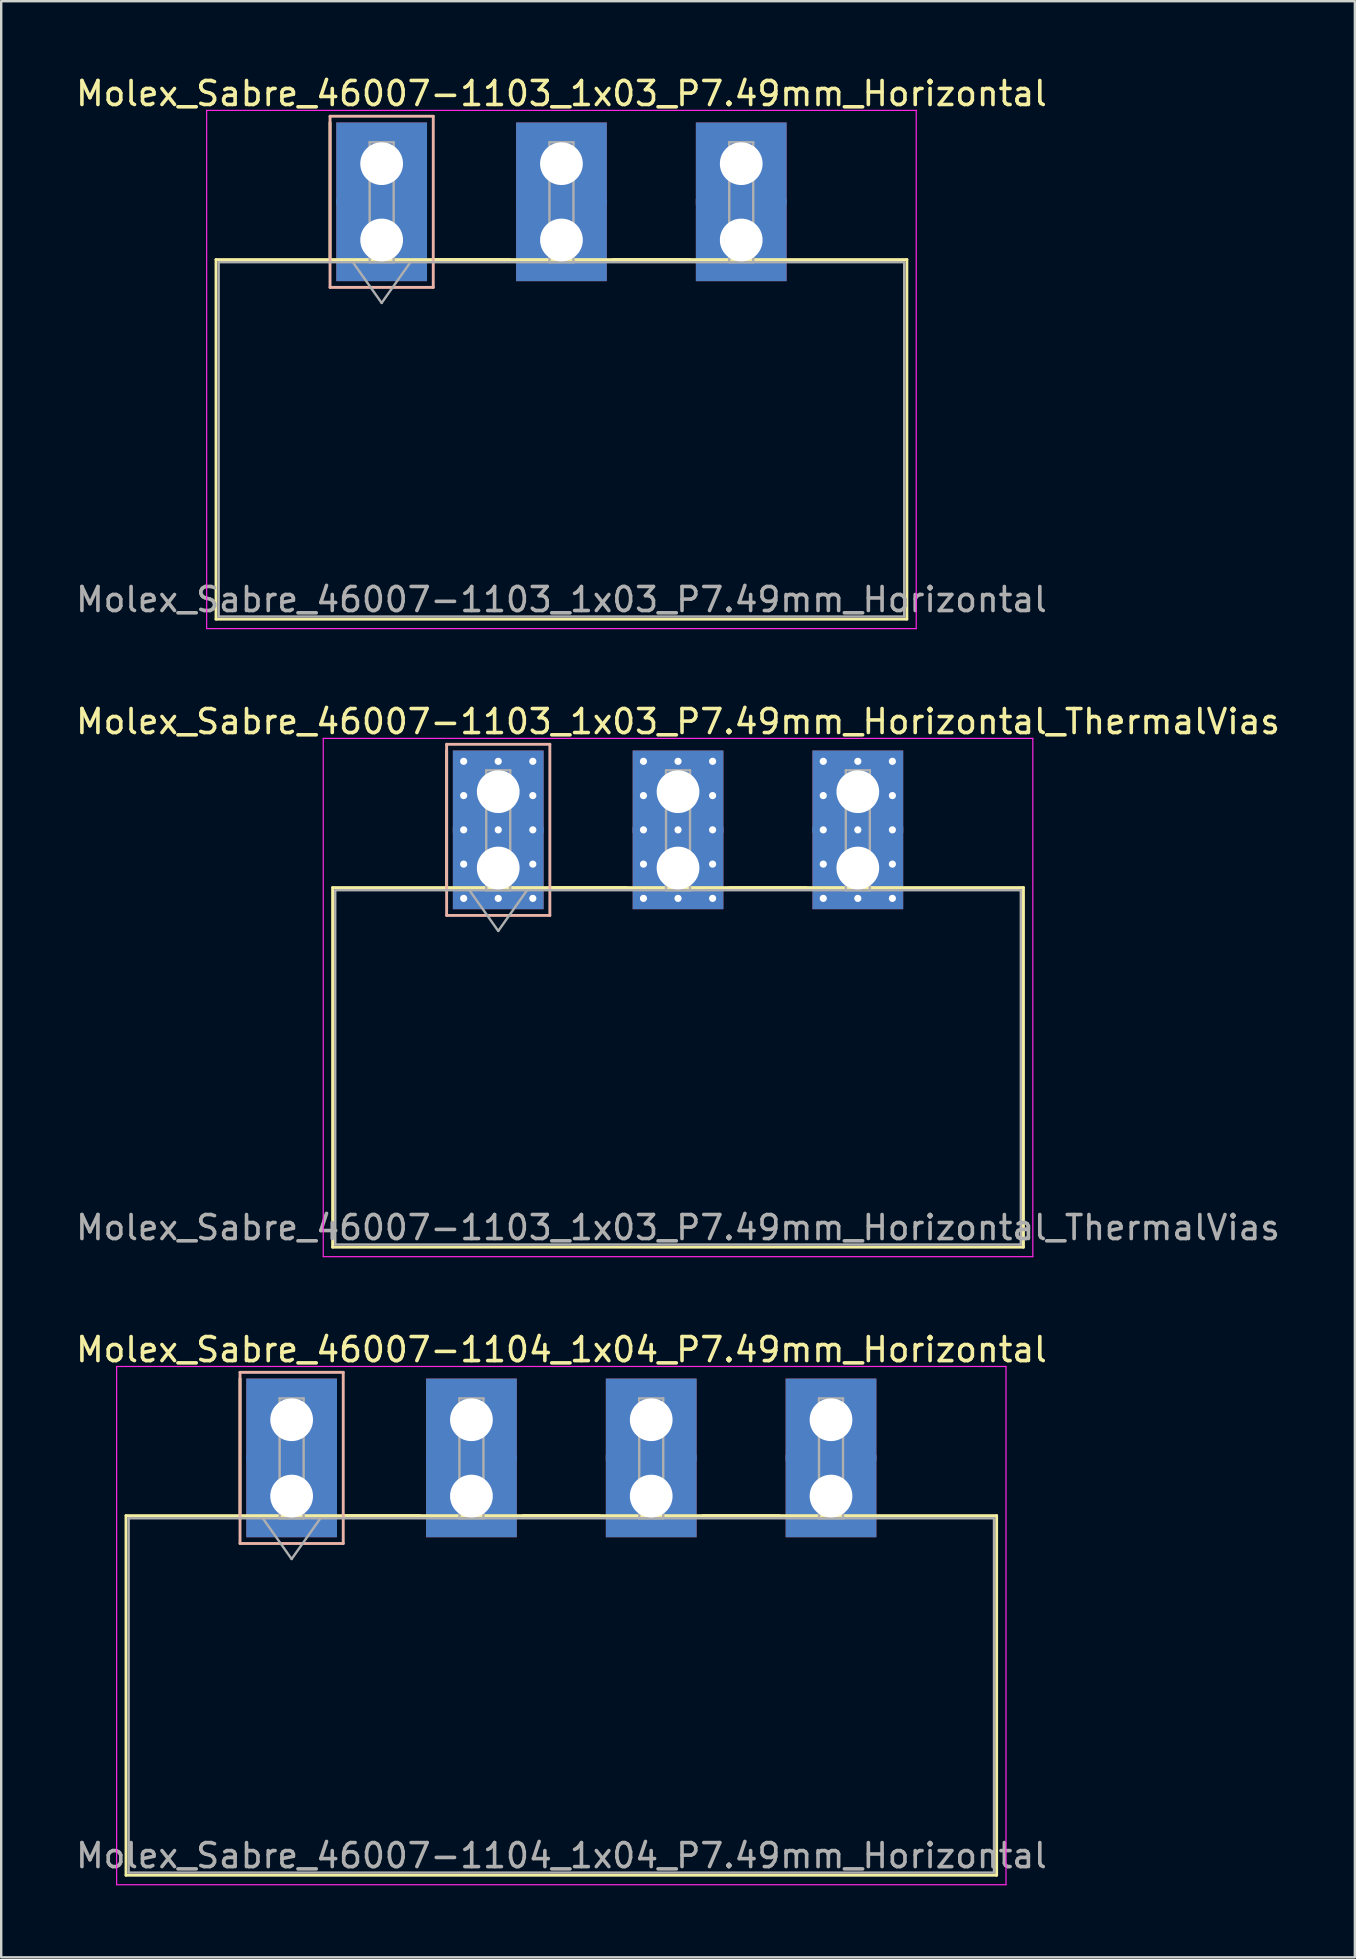
<source format=kicad_pcb>
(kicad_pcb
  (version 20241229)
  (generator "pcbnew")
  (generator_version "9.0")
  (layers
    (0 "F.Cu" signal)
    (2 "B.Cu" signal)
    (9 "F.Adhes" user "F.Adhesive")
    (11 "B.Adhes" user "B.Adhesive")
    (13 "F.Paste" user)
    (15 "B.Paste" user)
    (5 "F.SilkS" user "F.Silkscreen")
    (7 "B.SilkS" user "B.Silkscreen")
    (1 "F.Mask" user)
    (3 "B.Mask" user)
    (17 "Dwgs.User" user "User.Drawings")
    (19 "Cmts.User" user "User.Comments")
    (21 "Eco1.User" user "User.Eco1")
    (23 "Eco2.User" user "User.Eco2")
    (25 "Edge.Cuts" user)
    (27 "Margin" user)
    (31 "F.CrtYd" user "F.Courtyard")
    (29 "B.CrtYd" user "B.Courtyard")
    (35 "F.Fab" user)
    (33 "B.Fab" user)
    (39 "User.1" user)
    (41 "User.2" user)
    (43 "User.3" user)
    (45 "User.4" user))
  (footprint "Molex_Sabre_46007-1103_1x03_P7.49mm_Horizontal"
    (layer "F.Cu")
    (at 12.849 6.948)
    (property "Reference" "Molex_Sabre_46007-1103_1x03_P7.49mm_Horizontal" (at 7.49 -6.1 0) (layer "F.SilkS") (effects (font (size 1 1) (thickness 0.15))))
    (attr through_hole)
    (fp_line (start -6.9 0.815) (end -6.9 15.795) (stroke (width 0.12) (type solid)) (layer "F.SilkS"))
    (fp_line (start -6.9 15.795) (end 21.88 15.795) (stroke (width 0.12) (type solid)) (layer "F.SilkS"))
    (fp_line (start -2.15 0.815) (end -2.15 -4.895) (stroke (width 0.12) (type solid)) (layer "F.SilkS"))
    (fp_line (start 2.15 0.815) (end 5.34 0.815) (stroke (width 0.12) (type solid)) (layer "F.SilkS"))
    (fp_line (start 9.64 0.815) (end 12.83 0.815) (stroke (width 0.12) (type solid)) (layer "F.SilkS"))
    (fp_line (start 21.88 0.815) (end -6.9 0.815) (stroke (width 0.12) (type solid)) (layer "F.SilkS"))
    (fp_line (start 21.88 15.795) (end 21.88 0.815) (stroke (width 0.12) (type solid)) (layer "F.SilkS"))
    (fp_line (start -2.15 -5.155) (end -2.15 1.975) (stroke (width 0.12) (type solid)) (layer "B.SilkS"))
    (fp_line (start -2.15 1.975) (end 2.15 1.975) (stroke (width 0.12) (type solid)) (layer "B.SilkS"))
    (fp_line (start 2.15 -5.155) (end -2.15 -5.155) (stroke (width 0.12) (type solid)) (layer "B.SilkS"))
    (fp_line (start 2.15 1.975) (end 2.15 -5.155) (stroke (width 0.12) (type solid)) (layer "B.SilkS"))
    (fp_line (start -7.29 -5.4) (end -7.29 16.19) (stroke (width 0.05) (type solid)) (layer "F.CrtYd"))
    (fp_line (start -7.29 16.19) (end 22.27 16.19) (stroke (width 0.05) (type solid)) (layer "F.CrtYd"))
    (fp_line (start 22.27 -5.4) (end -7.29 -5.4) (stroke (width 0.05) (type solid)) (layer "F.CrtYd"))
    (fp_line (start 22.27 16.19) (end 22.27 -5.4) (stroke (width 0.05) (type solid)) (layer "F.CrtYd"))
    (fp_line (start -6.79 0.925) (end -6.79 15.685) (stroke (width 0.1) (type solid)) (layer "F.Fab"))
    (fp_line (start -6.79 15.685) (end 21.77 15.685) (stroke (width 0.1) (type solid)) (layer "F.Fab"))
    (fp_line (start -1.2 0.925) (end 0 2.622) (stroke (width 0.1) (type solid)) (layer "F.Fab"))
    (fp_line (start -0.5 -4.07) (end 0.5 -4.07) (stroke (width 0.1) (type solid)) (layer "F.Fab"))
    (fp_line (start -0.5 0.925) (end -0.5 -4.07) (stroke (width 0.1) (type solid)) (layer "F.Fab"))
    (fp_line (start 0 2.622) (end 1.2 0.925) (stroke (width 0.1) (type solid)) (layer "F.Fab"))
    (fp_line (start 0.5 -4.07) (end 0.5 0.925) (stroke (width 0.1) (type solid)) (layer "F.Fab"))
    (fp_line (start 0.5 0.925) (end -0.5 0.925) (stroke (width 0.1) (type solid)) (layer "F.Fab"))
    (fp_line (start 6.99 -4.07) (end 7.99 -4.07) (stroke (width 0.1) (type solid)) (layer "F.Fab"))
    (fp_line (start 6.99 0.925) (end 6.99 -4.07) (stroke (width 0.1) (type solid)) (layer "F.Fab"))
    (fp_line (start 7.99 -4.07) (end 7.99 0.925) (stroke (width 0.1) (type solid)) (layer "F.Fab"))
    (fp_line (start 7.99 0.925) (end 6.99 0.925) (stroke (width 0.1) (type solid)) (layer "F.Fab"))
    (fp_line (start 14.48 -4.07) (end 15.48 -4.07) (stroke (width 0.1) (type solid)) (layer "F.Fab"))
    (fp_line (start 14.48 0.925) (end 14.48 -4.07) (stroke (width 0.1) (type solid)) (layer "F.Fab"))
    (fp_line (start 15.48 -4.07) (end 15.48 0.925) (stroke (width 0.1) (type solid)) (layer "F.Fab"))
    (fp_line (start 15.48 0.925) (end 14.48 0.925) (stroke (width 0.1) (type solid)) (layer "F.Fab"))
    (fp_line (start 21.77 0.925) (end -6.79 0.925) (stroke (width 0.1) (type solid)) (layer "F.Fab"))
    (fp_line (start 21.77 15.685) (end 21.77 0.925) (stroke (width 0.1) (type solid)) (layer "F.Fab"))
    (fp_text user "${REFERENCE}" (at 7.49 14.98 0) (layer "F.Fab") (effects (font (size 1 1) (thickness 0.15))))
    (pad "1" thru_hole rect (at 0 -3.18) (size 3.78 3.43) (drill 1.78) (layers "*.Cu" "*.Mask"))
    (pad "1" thru_hole rect (at 0 0) (size 3.78 3.43) (drill 1.78) (layers "*.Cu" "*.Mask"))
    (pad "2" thru_hole rect (at 7.49 -3.18) (size 3.78 3.43) (drill 1.78) (layers "*.Cu" "*.Mask"))
    (pad "2" thru_hole rect (at 7.49 0) (size 3.78 3.43) (drill 1.78) (layers "*.Cu" "*.Mask"))
    (pad "3" thru_hole rect (at 14.98 -3.18) (size 3.78 3.43) (drill 1.78) (layers "*.Cu" "*.Mask"))
    (pad "3" thru_hole rect (at 14.98 0) (size 3.78 3.43) (drill 1.78) (layers "*.Cu" "*.Mask")))
  (footprint "Molex_Sabre_46007-1103_1x03_P7.49mm_Horizontal_ThermalVias"
    (layer "F.Cu")
    (at 17.706 33.111)
    (property "Reference" "Molex_Sabre_46007-1103_1x03_P7.49mm_Horizontal_ThermalVias" (at 7.49 -6.1 0) (layer "F.SilkS") (effects (font (size 1 1) (thickness 0.15))))
    (attr through_hole)
    (fp_line (start -6.9 0.815) (end -6.9 15.795) (stroke (width 0.12) (type solid)) (layer "F.SilkS"))
    (fp_line (start -6.9 15.795) (end 21.88 15.795) (stroke (width 0.12) (type solid)) (layer "F.SilkS"))
    (fp_line (start -2.15 0.815) (end -2.15 -4.895) (stroke (width 0.12) (type solid)) (layer "F.SilkS"))
    (fp_line (start 2.15 0.815) (end 5.34 0.815) (stroke (width 0.12) (type solid)) (layer "F.SilkS"))
    (fp_line (start 9.64 0.815) (end 12.83 0.815) (stroke (width 0.12) (type solid)) (layer "F.SilkS"))
    (fp_line (start 21.88 0.815) (end -6.9 0.815) (stroke (width 0.12) (type solid)) (layer "F.SilkS"))
    (fp_line (start 21.88 15.795) (end 21.88 0.815) (stroke (width 0.12) (type solid)) (layer "F.SilkS"))
    (fp_line (start -2.15 -5.155) (end -2.15 1.975) (stroke (width 0.12) (type solid)) (layer "B.SilkS"))
    (fp_line (start -2.15 1.975) (end 2.15 1.975) (stroke (width 0.12) (type solid)) (layer "B.SilkS"))
    (fp_line (start 2.15 -5.155) (end -2.15 -5.155) (stroke (width 0.12) (type solid)) (layer "B.SilkS"))
    (fp_line (start 2.15 1.975) (end 2.15 -5.155) (stroke (width 0.12) (type solid)) (layer "B.SilkS"))
    (fp_line (start -7.29 -5.4) (end -7.29 16.19) (stroke (width 0.05) (type solid)) (layer "F.CrtYd"))
    (fp_line (start -7.29 16.19) (end 22.27 16.19) (stroke (width 0.05) (type solid)) (layer "F.CrtYd"))
    (fp_line (start 22.27 -5.4) (end -7.29 -5.4) (stroke (width 0.05) (type solid)) (layer "F.CrtYd"))
    (fp_line (start 22.27 16.19) (end 22.27 -5.4) (stroke (width 0.05) (type solid)) (layer "F.CrtYd"))
    (fp_line (start -6.79 0.925) (end -6.79 15.685) (stroke (width 0.1) (type solid)) (layer "F.Fab"))
    (fp_line (start -6.79 15.685) (end 21.77 15.685) (stroke (width 0.1) (type solid)) (layer "F.Fab"))
    (fp_line (start -1.2 0.925) (end 0 2.622) (stroke (width 0.1) (type solid)) (layer "F.Fab"))
    (fp_line (start -0.5 -4.07) (end 0.5 -4.07) (stroke (width 0.1) (type solid)) (layer "F.Fab"))
    (fp_line (start -0.5 0.925) (end -0.5 -4.07) (stroke (width 0.1) (type solid)) (layer "F.Fab"))
    (fp_line (start 0 2.622) (end 1.2 0.925) (stroke (width 0.1) (type solid)) (layer "F.Fab"))
    (fp_line (start 0.5 -4.07) (end 0.5 0.925) (stroke (width 0.1) (type solid)) (layer "F.Fab"))
    (fp_line (start 0.5 0.925) (end -0.5 0.925) (stroke (width 0.1) (type solid)) (layer "F.Fab"))
    (fp_line (start 6.99 -4.07) (end 7.99 -4.07) (stroke (width 0.1) (type solid)) (layer "F.Fab"))
    (fp_line (start 6.99 0.925) (end 6.99 -4.07) (stroke (width 0.1) (type solid)) (layer "F.Fab"))
    (fp_line (start 7.99 -4.07) (end 7.99 0.925) (stroke (width 0.1) (type solid)) (layer "F.Fab"))
    (fp_line (start 7.99 0.925) (end 6.99 0.925) (stroke (width 0.1) (type solid)) (layer "F.Fab"))
    (fp_line (start 14.48 -4.07) (end 15.48 -4.07) (stroke (width 0.1) (type solid)) (layer "F.Fab"))
    (fp_line (start 14.48 0.925) (end 14.48 -4.07) (stroke (width 0.1) (type solid)) (layer "F.Fab"))
    (fp_line (start 15.48 -4.07) (end 15.48 0.925) (stroke (width 0.1) (type solid)) (layer "F.Fab"))
    (fp_line (start 15.48 0.925) (end 14.48 0.925) (stroke (width 0.1) (type solid)) (layer "F.Fab"))
    (fp_line (start 21.77 0.925) (end -6.79 0.925) (stroke (width 0.1) (type solid)) (layer "F.Fab"))
    (fp_line (start 21.77 15.685) (end 21.77 0.925) (stroke (width 0.1) (type solid)) (layer "F.Fab"))
    (fp_text user "${REFERENCE}" (at 7.49 14.98 0) (layer "F.Fab") (effects (font (size 1 1) (thickness 0.15))))
    (pad "1" thru_hole rect (at -1.44 -4.445) (size 0.6 0.6) (drill 0.3) (layers "*.Cu" "*.Mask"))
    (pad "1" thru_hole rect (at -1.44 -3.018) (size 0.6 0.6) (drill 0.3) (layers "*.Cu" "*.Mask"))
    (pad "1" thru_hole rect (at -1.44 -1.59) (size 0.6 0.6) (drill 0.3) (layers "*.Cu" "*.Mask"))
    (pad "1" thru_hole rect (at -1.44 -0.163) (size 0.6 0.6) (drill 0.3) (layers "*.Cu" "*.Mask"))
    (pad "1" thru_hole rect (at -1.44 1.265) (size 0.6 0.6) (drill 0.3) (layers "*.Cu" "*.Mask"))
    (pad "1" thru_hole rect (at 0 -4.445) (size 0.6 0.6) (drill 0.3) (layers "*.Cu" "*.Mask"))
    (pad "1" thru_hole rect (at 0 -3.18) (size 3.78 3.43) (drill 1.78) (layers "*.Cu" "*.Mask"))
    (pad "1" thru_hole rect (at 0 -1.59) (size 0.6 0.6) (drill 0.3) (layers "*.Cu" "*.Mask"))
    (pad "1" thru_hole rect (at 0 0) (size 3.78 3.43) (drill 1.78) (layers "*.Cu" "*.Mask"))
    (pad "1" thru_hole rect (at 0 1.265) (size 0.6 0.6) (drill 0.3) (layers "*.Cu" "*.Mask"))
    (pad "1" thru_hole rect (at 1.44 -4.445) (size 0.6 0.6) (drill 0.3) (layers "*.Cu" "*.Mask"))
    (pad "1" thru_hole rect (at 1.44 -3.018) (size 0.6 0.6) (drill 0.3) (layers "*.Cu" "*.Mask"))
    (pad "1" thru_hole rect (at 1.44 -1.59) (size 0.6 0.6) (drill 0.3) (layers "*.Cu" "*.Mask"))
    (pad "1" thru_hole rect (at 1.44 -0.163) (size 0.6 0.6) (drill 0.3) (layers "*.Cu" "*.Mask"))
    (pad "1" thru_hole rect (at 1.44 1.265) (size 0.6 0.6) (drill 0.3) (layers "*.Cu" "*.Mask"))
    (pad "2" thru_hole circle (at 6.05 -4.445) (size 0.6 0.6) (drill 0.3) (layers "*.Cu" "*.Mask"))
    (pad "2" thru_hole circle (at 6.05 -3.018) (size 0.6 0.6) (drill 0.3) (layers "*.Cu" "*.Mask"))
    (pad "2" thru_hole circle (at 6.05 -1.59) (size 0.6 0.6) (drill 0.3) (layers "*.Cu" "*.Mask"))
    (pad "2" thru_hole circle (at 6.05 -0.163) (size 0.6 0.6) (drill 0.3) (layers "*.Cu" "*.Mask"))
    (pad "2" thru_hole circle (at 6.05 1.265) (size 0.6 0.6) (drill 0.3) (layers "*.Cu" "*.Mask"))
    (pad "2" thru_hole circle (at 7.49 -4.445) (size 0.6 0.6) (drill 0.3) (layers "*.Cu" "*.Mask"))
    (pad "2" thru_hole rect (at 7.49 -3.18) (size 3.78 3.43) (drill 1.78) (layers "*.Cu" "*.Mask"))
    (pad "2" thru_hole circle (at 7.49 -1.59) (size 0.6 0.6) (drill 0.3) (layers "*.Cu" "*.Mask"))
    (pad "2" thru_hole rect (at 7.49 0) (size 3.78 3.43) (drill 1.78) (layers "*.Cu" "*.Mask"))
    (pad "2" thru_hole circle (at 7.49 1.265) (size 0.6 0.6) (drill 0.3) (layers "*.Cu" "*.Mask"))
    (pad "2" thru_hole circle (at 8.93 -4.445) (size 0.6 0.6) (drill 0.3) (layers "*.Cu" "*.Mask"))
    (pad "2" thru_hole circle (at 8.93 -3.018) (size 0.6 0.6) (drill 0.3) (layers "*.Cu" "*.Mask"))
    (pad "2" thru_hole circle (at 8.93 -1.59) (size 0.6 0.6) (drill 0.3) (layers "*.Cu" "*.Mask"))
    (pad "2" thru_hole circle (at 8.93 -0.163) (size 0.6 0.6) (drill 0.3) (layers "*.Cu" "*.Mask"))
    (pad "2" thru_hole circle (at 8.93 1.265) (size 0.6 0.6) (drill 0.3) (layers "*.Cu" "*.Mask"))
    (pad "3" thru_hole circle (at 13.54 -4.445) (size 0.6 0.6) (drill 0.3) (layers "*.Cu" "*.Mask"))
    (pad "3" thru_hole circle (at 13.54 -3.018) (size 0.6 0.6) (drill 0.3) (layers "*.Cu" "*.Mask"))
    (pad "3" thru_hole circle (at 13.54 -1.59) (size 0.6 0.6) (drill 0.3) (layers "*.Cu" "*.Mask"))
    (pad "3" thru_hole circle (at 13.54 -0.163) (size 0.6 0.6) (drill 0.3) (layers "*.Cu" "*.Mask"))
    (pad "3" thru_hole circle (at 13.54 1.265) (size 0.6 0.6) (drill 0.3) (layers "*.Cu" "*.Mask"))
    (pad "3" thru_hole circle (at 14.98 -4.445) (size 0.6 0.6) (drill 0.3) (layers "*.Cu" "*.Mask"))
    (pad "3" thru_hole rect (at 14.98 -3.18) (size 3.78 3.43) (drill 1.78) (layers "*.Cu" "*.Mask"))
    (pad "3" thru_hole circle (at 14.98 -1.59) (size 0.6 0.6) (drill 0.3) (layers "*.Cu" "*.Mask"))
    (pad "3" thru_hole rect (at 14.98 0) (size 3.78 3.43) (drill 1.78) (layers "*.Cu" "*.Mask"))
    (pad "3" thru_hole circle (at 14.98 1.265) (size 0.6 0.6) (drill 0.3) (layers "*.Cu" "*.Mask"))
    (pad "3" thru_hole circle (at 16.42 -4.445) (size 0.6 0.6) (drill 0.3) (layers "*.Cu" "*.Mask"))
    (pad "3" thru_hole circle (at 16.42 -3.018) (size 0.6 0.6) (drill 0.3) (layers "*.Cu" "*.Mask"))
    (pad "3" thru_hole circle (at 16.42 -1.59) (size 0.6 0.6) (drill 0.3) (layers "*.Cu" "*.Mask"))
    (pad "3" thru_hole circle (at 16.42 -0.163) (size 0.6 0.6) (drill 0.3) (layers "*.Cu" "*.Mask"))
    (pad "3" thru_hole circle (at 16.42 1.265) (size 0.6 0.6) (drill 0.3) (layers "*.Cu" "*.Mask")))
  (footprint "Molex_Sabre_46007-1104_1x04_P7.49mm_Horizontal"
    (layer "F.Cu")
    (at 9.099 59.275)
    (property "Reference" "Molex_Sabre_46007-1104_1x04_P7.49mm_Horizontal" (at 11.24 -6.1 0) (layer "F.SilkS") (effects (font (size 1 1) (thickness 0.15))))
    (attr through_hole)
    (fp_line (start -6.9 0.815) (end -6.9 15.795) (stroke (width 0.12) (type solid)) (layer "F.SilkS"))
    (fp_line (start -6.9 15.795) (end 29.37 15.795) (stroke (width 0.12) (type solid)) (layer "F.SilkS"))
    (fp_line (start -2.15 0.815) (end -2.15 -4.895) (stroke (width 0.12) (type solid)) (layer "F.SilkS"))
    (fp_line (start 2.15 0.815) (end 5.34 0.815) (stroke (width 0.12) (type solid)) (layer "F.SilkS"))
    (fp_line (start 9.64 0.815) (end 12.83 0.815) (stroke (width 0.12) (type solid)) (layer "F.SilkS"))
    (fp_line (start 17.13 0.815) (end 20.32 0.815) (stroke (width 0.12) (type solid)) (layer "F.SilkS"))
    (fp_line (start 29.37 0.815) (end -6.9 0.815) (stroke (width 0.12) (type solid)) (layer "F.SilkS"))
    (fp_line (start 29.37 15.795) (end 29.37 0.815) (stroke (width 0.12) (type solid)) (layer "F.SilkS"))
    (fp_line (start -2.15 -5.155) (end -2.15 1.975) (stroke (width 0.12) (type solid)) (layer "B.SilkS"))
    (fp_line (start -2.15 1.975) (end 2.15 1.975) (stroke (width 0.12) (type solid)) (layer "B.SilkS"))
    (fp_line (start 2.15 -5.155) (end -2.15 -5.155) (stroke (width 0.12) (type solid)) (layer "B.SilkS"))
    (fp_line (start 2.15 1.975) (end 2.15 -5.155) (stroke (width 0.12) (type solid)) (layer "B.SilkS"))
    (fp_line (start -7.29 -5.4) (end -7.29 16.19) (stroke (width 0.05) (type solid)) (layer "F.CrtYd"))
    (fp_line (start -7.29 16.19) (end 29.76 16.19) (stroke (width 0.05) (type solid)) (layer "F.CrtYd"))
    (fp_line (start 29.76 -5.4) (end -7.29 -5.4) (stroke (width 0.05) (type solid)) (layer "F.CrtYd"))
    (fp_line (start 29.76 16.19) (end 29.76 -5.4) (stroke (width 0.05) (type solid)) (layer "F.CrtYd"))
    (fp_line (start -6.79 0.925) (end -6.79 15.685) (stroke (width 0.1) (type solid)) (layer "F.Fab"))
    (fp_line (start -6.79 15.685) (end 29.26 15.685) (stroke (width 0.1) (type solid)) (layer "F.Fab"))
    (fp_line (start -1.2 0.925) (end 0 2.622) (stroke (width 0.1) (type solid)) (layer "F.Fab"))
    (fp_line (start -0.5 -4.07) (end 0.5 -4.07) (stroke (width 0.1) (type solid)) (layer "F.Fab"))
    (fp_line (start -0.5 0.925) (end -0.5 -4.07) (stroke (width 0.1) (type solid)) (layer "F.Fab"))
    (fp_line (start 0 2.622) (end 1.2 0.925) (stroke (width 0.1) (type solid)) (layer "F.Fab"))
    (fp_line (start 0.5 -4.07) (end 0.5 0.925) (stroke (width 0.1) (type solid)) (layer "F.Fab"))
    (fp_line (start 0.5 0.925) (end -0.5 0.925) (stroke (width 0.1) (type solid)) (layer "F.Fab"))
    (fp_line (start 6.99 -4.07) (end 7.99 -4.07) (stroke (width 0.1) (type solid)) (layer "F.Fab"))
    (fp_line (start 6.99 0.925) (end 6.99 -4.07) (stroke (width 0.1) (type solid)) (layer "F.Fab"))
    (fp_line (start 7.99 -4.07) (end 7.99 0.925) (stroke (width 0.1) (type solid)) (layer "F.Fab"))
    (fp_line (start 7.99 0.925) (end 6.99 0.925) (stroke (width 0.1) (type solid)) (layer "F.Fab"))
    (fp_line (start 14.48 -4.07) (end 15.48 -4.07) (stroke (width 0.1) (type solid)) (layer "F.Fab"))
    (fp_line (start 14.48 0.925) (end 14.48 -4.07) (stroke (width 0.1) (type solid)) (layer "F.Fab"))
    (fp_line (start 15.48 -4.07) (end 15.48 0.925) (stroke (width 0.1) (type solid)) (layer "F.Fab"))
    (fp_line (start 15.48 0.925) (end 14.48 0.925) (stroke (width 0.1) (type solid)) (layer "F.Fab"))
    (fp_line (start 21.97 -4.07) (end 22.97 -4.07) (stroke (width 0.1) (type solid)) (layer "F.Fab"))
    (fp_line (start 21.97 0.925) (end 21.97 -4.07) (stroke (width 0.1) (type solid)) (layer "F.Fab"))
    (fp_line (start 22.97 -4.07) (end 22.97 0.925) (stroke (width 0.1) (type solid)) (layer "F.Fab"))
    (fp_line (start 22.97 0.925) (end 21.97 0.925) (stroke (width 0.1) (type solid)) (layer "F.Fab"))
    (fp_line (start 29.26 0.925) (end -6.79 0.925) (stroke (width 0.1) (type solid)) (layer "F.Fab"))
    (fp_line (start 29.26 15.685) (end 29.26 0.925) (stroke (width 0.1) (type solid)) (layer "F.Fab"))
    (fp_text user "${REFERENCE}" (at 11.24 14.98 0) (layer "F.Fab") (effects (font (size 1 1) (thickness 0.15))))
    (pad "1" thru_hole rect (at 0 -3.18) (size 3.78 3.43) (drill 1.78) (layers "*.Cu" "*.Mask"))
    (pad "1" thru_hole rect (at 0 0) (size 3.78 3.43) (drill 1.78) (layers "*.Cu" "*.Mask"))
    (pad "2" thru_hole rect (at 7.49 -3.18) (size 3.78 3.43) (drill 1.78) (layers "*.Cu" "*.Mask"))
    (pad "2" thru_hole rect (at 7.49 0) (size 3.78 3.43) (drill 1.78) (layers "*.Cu" "*.Mask"))
    (pad "3" thru_hole rect (at 14.98 -3.18) (size 3.78 3.43) (drill 1.78) (layers "*.Cu" "*.Mask"))
    (pad "3" thru_hole rect (at 14.98 0) (size 3.78 3.43) (drill 1.78) (layers "*.Cu" "*.Mask"))
    (pad "4" thru_hole rect (at 22.47 -3.18) (size 3.78 3.43) (drill 1.78) (layers "*.Cu" "*.Mask"))
    (pad "4" thru_hole rect (at 22.47 0) (size 3.78 3.43) (drill 1.78) (layers "*.Cu" "*.Mask")))
  (gr_rect
    (start -3 -3)
    (end 53.393 78.49)
    (stroke (width 0.1) (type default))
    (fill no)
    (layer "Edge.Cuts")))
</source>
